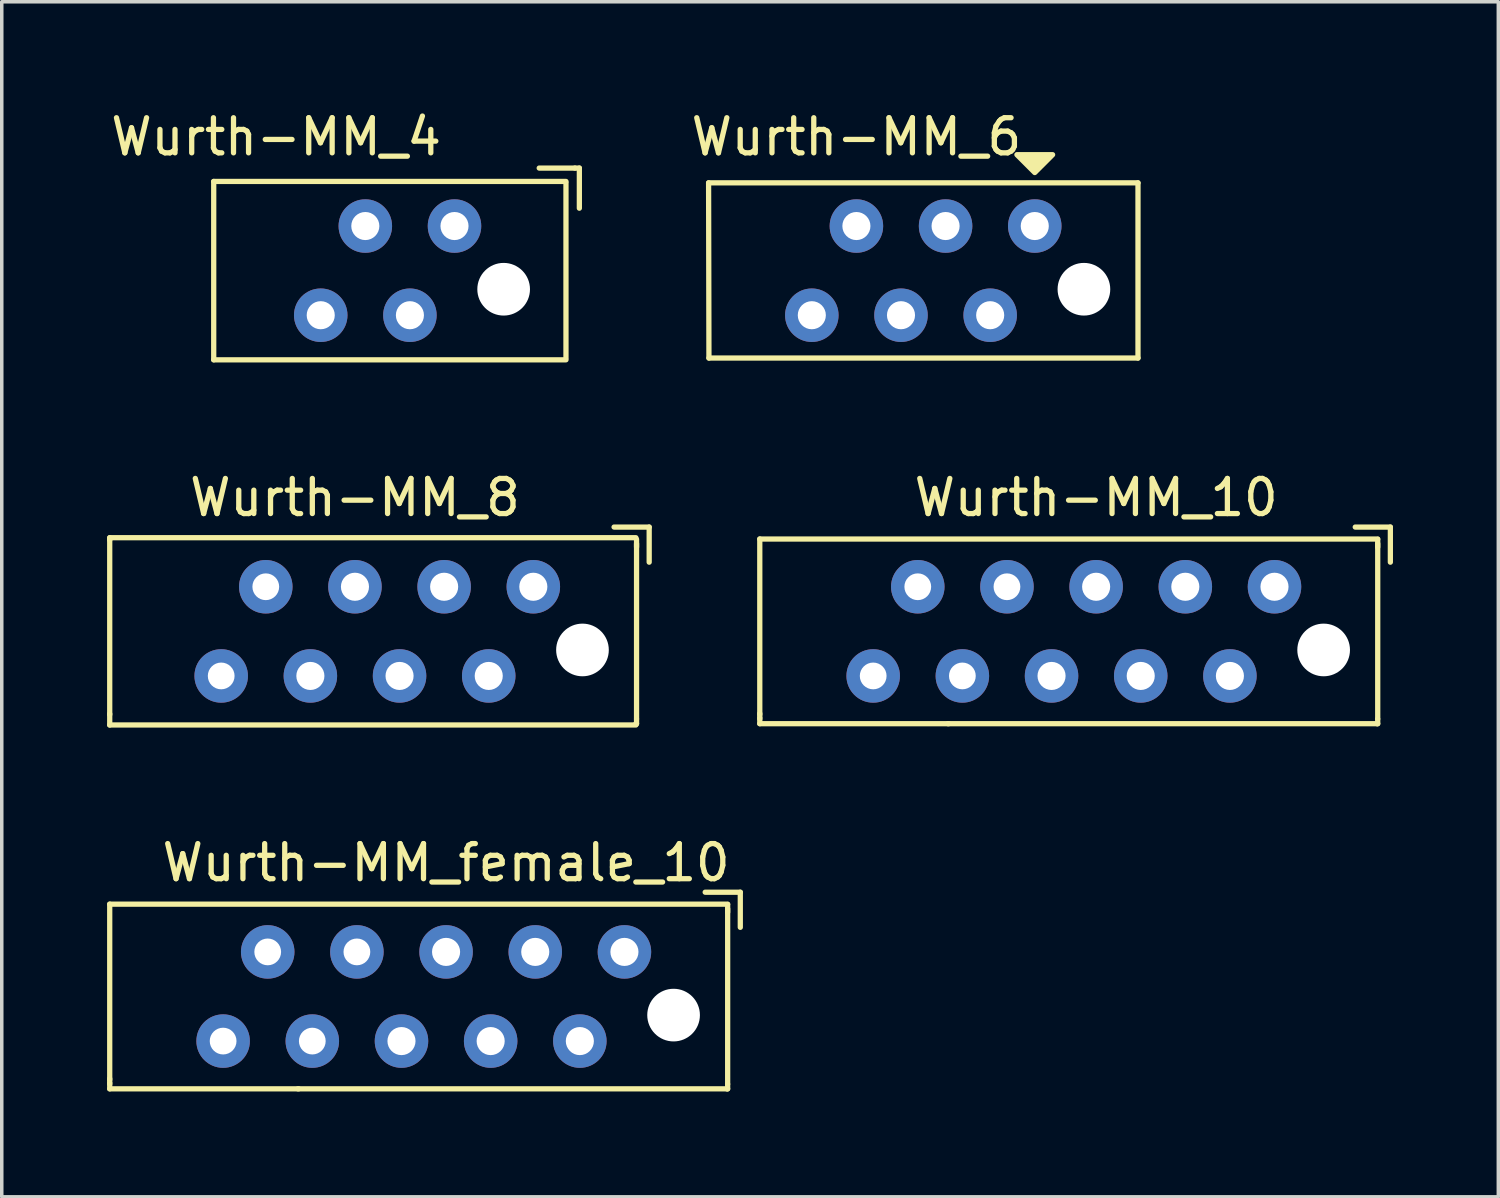
<source format=kicad_pcb>
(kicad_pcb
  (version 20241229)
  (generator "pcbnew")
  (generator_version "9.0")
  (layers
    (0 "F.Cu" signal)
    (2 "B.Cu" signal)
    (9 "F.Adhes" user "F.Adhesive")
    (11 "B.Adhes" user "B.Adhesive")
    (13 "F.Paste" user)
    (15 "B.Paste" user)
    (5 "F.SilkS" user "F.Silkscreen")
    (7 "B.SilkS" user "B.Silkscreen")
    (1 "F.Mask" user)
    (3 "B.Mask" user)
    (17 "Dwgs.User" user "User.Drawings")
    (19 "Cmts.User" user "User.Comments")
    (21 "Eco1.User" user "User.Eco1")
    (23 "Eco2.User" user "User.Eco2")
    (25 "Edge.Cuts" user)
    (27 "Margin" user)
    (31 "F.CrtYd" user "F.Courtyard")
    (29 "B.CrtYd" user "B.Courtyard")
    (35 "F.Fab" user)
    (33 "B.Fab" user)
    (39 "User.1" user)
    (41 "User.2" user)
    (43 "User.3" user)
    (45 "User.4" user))
  (footprint "Wurth-MM_female_10"
    (layer "F.Cu")
    (at 14.735 24.062)
    (property "Reference" "Wurth-MM_female_10" (at -5.08 -2.54 0) (layer "F.SilkS") (effects (font (size 1 1) (thickness 0.15))))
    (attr through_hole)
    (fp_line (start -14.66 -1.36) (end -14.66 3.64) (stroke (width 0.15) (type solid)) (layer "F.SilkS"))
    (fp_line (start -14.66 3.76) (end -14.66 3.61) (stroke (width 0.15) (type solid)) (layer "F.SilkS"))
    (fp_line (start -14.66 3.9) (end -14.66 3.73) (stroke (width 0.15) (type solid)) (layer "F.SilkS"))
    (fp_line (start -9.28 3.9) (end -14.66 3.9) (stroke (width 0.15) (type solid)) (layer "F.SilkS"))
    (fp_line (start 2.3 -1.7) (end 3.3 -1.7) (stroke (width 0.15) (type solid)) (layer "F.SilkS"))
    (fp_line (start 2.92 3.9) (end -9.3 3.9) (stroke (width 0.15) (type solid)) (layer "F.SilkS"))
    (fp_line (start 2.94 -1.36) (end -14.66 -1.36) (stroke (width 0.15) (type solid)) (layer "F.SilkS"))
    (fp_line (start 2.94 -1.23) (end 2.94 3.76) (stroke (width 0.15) (type solid)) (layer "F.SilkS"))
    (fp_line (start 2.94 -1.13) (end 2.94 -1.35) (stroke (width 0.15) (type solid)) (layer "F.SilkS"))
    (fp_line (start 2.94 3.9) (end 2.92 3.9) (stroke (width 0.15) (type solid)) (layer "F.SilkS"))
    (fp_line (start 2.94 3.9) (end 2.94 3.77) (stroke (width 0.15) (type solid)) (layer "F.SilkS"))
    (fp_line (start 3.3 -1.7) (end 3.3 -0.7) (stroke (width 0.15) (type solid)) (layer "F.SilkS"))
    (pad "" np_thru_hole circle (at 1.4 1.8) (size 1.5 1.5) (drill 1.5) (layers "*.Cu" "*.Mask"))
    (pad "1" thru_hole circle (at 0 0) (size 1.524 1.524) (drill 0.8) (layers "*.Cu" "*.Mask"))
    (pad "2" thru_hole circle (at -1.27 2.54) (size 1.524 1.524) (drill 0.8) (layers "*.Cu" "*.Mask"))
    (pad "3" thru_hole circle (at -2.54 0) (size 1.524 1.524) (drill 0.8) (layers "*.Cu" "*.Mask"))
    (pad "4" thru_hole circle (at -3.81 2.54) (size 1.524 1.524) (drill 0.8) (layers "*.Cu" "*.Mask"))
    (pad "5" thru_hole circle (at -5.08 0) (size 1.524 1.524) (drill 0.8) (layers "*.Cu" "*.Mask"))
    (pad "6" thru_hole circle (at -6.35 2.54) (size 1.524 1.524) (drill 0.8) (layers "*.Cu" "*.Mask"))
    (pad "7" thru_hole circle (at -7.62 0) (size 1.524 1.524) (drill 0.762) (layers "*.Cu" "*.Mask"))
    (pad "8" thru_hole circle (at -8.89 2.54) (size 1.524 1.524) (drill 0.762) (layers "*.Cu" "*.Mask"))
    (pad "9" thru_hole circle (at -10.16 0) (size 1.524 1.524) (drill 0.762) (layers "*.Cu" "*.Mask"))
    (pad "10" thru_hole circle (at -11.43 2.54) (size 1.524 1.524) (drill 0.762) (layers "*.Cu" "*.Mask")))
  (footprint "Wurth-MM_8"
    (layer "F.Cu")
    (at 12.14 13.662)
    (property "Reference" "Wurth-MM_8" (at -5.08 -2.54 0) (layer "F.SilkS") (effects (font (size 1 1) (thickness 0.15))))
    (attr through_hole)
    (fp_line (start -12.065 -1.397) (end 2.921 -1.397) (stroke (width 0.15) (type solid)) (layer "F.SilkS"))
    (fp_line (start -12.065 -1.36) (end -12.065 3.64) (stroke (width 0.15) (type solid)) (layer "F.SilkS"))
    (fp_line (start -12.065 -1.333) (end -12.065 -1.397) (stroke (width 0.15) (type solid)) (layer "F.SilkS"))
    (fp_line (start -12.065 3.619) (end -12.065 3.937) (stroke (width 0.15) (type solid)) (layer "F.SilkS"))
    (fp_line (start -12.065 3.937) (end 2.921 3.937) (stroke (width 0.15) (type solid)) (layer "F.SilkS"))
    (fp_line (start 2.3 -1.7) (end 3.3 -1.7) (stroke (width 0.15) (type solid)) (layer "F.SilkS"))
    (fp_line (start 2.94 -1.23) (end 2.94 3.76) (stroke (width 0.15) (type solid)) (layer "F.SilkS"))
    (fp_line (start 2.94 -1.13) (end 2.94 -1.35) (stroke (width 0.15) (type solid)) (layer "F.SilkS"))
    (fp_line (start 2.94 3.9) (end 2.92 3.9) (stroke (width 0.15) (type solid)) (layer "F.SilkS"))
    (fp_line (start 2.94 3.9) (end 2.94 3.77) (stroke (width 0.15) (type solid)) (layer "F.SilkS"))
    (fp_line (start 3.3 -1.7) (end 3.3 -0.7) (stroke (width 0.15) (type solid)) (layer "F.SilkS"))
    (pad "" np_thru_hole circle (at 1.4 1.8) (size 1.5 1.5) (drill 1.5) (layers "*.Cu" "*.Mask"))
    (pad "1" thru_hole circle (at 0 0) (size 1.524 1.524) (drill 0.8) (layers "*.Cu" "*.Mask"))
    (pad "2" thru_hole circle (at -1.27 2.54) (size 1.524 1.524) (drill 0.8) (layers "*.Cu" "*.Mask"))
    (pad "3" thru_hole circle (at -2.54 0) (size 1.524 1.524) (drill 0.8) (layers "*.Cu" "*.Mask"))
    (pad "4" thru_hole circle (at -3.81 2.54) (size 1.524 1.524) (drill 0.8) (layers "*.Cu" "*.Mask"))
    (pad "5" thru_hole circle (at -5.08 0) (size 1.524 1.524) (drill 0.8) (layers "*.Cu" "*.Mask"))
    (pad "6" thru_hole circle (at -6.35 2.54) (size 1.524 1.524) (drill 0.8) (layers "*.Cu" "*.Mask"))
    (pad "7" thru_hole circle (at -7.62 0) (size 1.524 1.524) (drill 0.762) (layers "*.Cu" "*.Mask"))
    (pad "8" thru_hole circle (at -8.89 2.54) (size 1.524 1.524) (drill 0.762) (layers "*.Cu" "*.Mask")))
  (footprint "Wurth-MM_4"
    (layer "F.Cu")
    (at 9.895 3.388)
    (property "Reference" "Wurth-MM_4" (at -5.08 -2.54 0) (layer "F.SilkS") (effects (font (size 1 1) (thickness 0.15))))
    (attr through_hole)
    (fp_line (start -6.858 3.81) (end -6.858 -1.27) (stroke (width 0.15) (type solid)) (layer "F.SilkS"))
    (fp_line (start -6.858 3.81) (end 3.175 3.81) (stroke (width 0.15) (type solid)) (layer "F.SilkS"))
    (fp_line (start 2.413 -1.651) (end 3.429 -1.651) (stroke (width 0.15) (type solid)) (layer "F.SilkS"))
    (fp_line (start 3.175 -1.27) (end -6.858 -1.27) (stroke (width 0.15) (type solid)) (layer "F.SilkS"))
    (fp_line (start 3.175 -1.23) (end 3.175 3.76) (stroke (width 0.15) (type solid)) (layer "F.SilkS"))
    (fp_line (start 3.429 -1.651) (end 3.556 -1.651) (stroke (width 0.15) (type solid)) (layer "F.SilkS"))
    (fp_line (start 3.556 -1.651) (end 3.556 -0.508) (stroke (width 0.15) (type solid)) (layer "F.SilkS"))
    (pad "" np_thru_hole circle (at 1.4 1.8) (size 1.5 1.5) (drill 1.5) (layers "*.Cu" "*.Mask"))
    (pad "1" thru_hole circle (at 0 0) (size 1.524 1.524) (drill 0.8) (layers "*.Cu" "*.Mask"))
    (pad "2" thru_hole circle (at -1.27 2.54) (size 1.524 1.524) (drill 0.8) (layers "*.Cu" "*.Mask"))
    (pad "3" thru_hole circle (at -2.54 0) (size 1.524 1.524) (drill 0.8) (layers "*.Cu" "*.Mask"))
    (pad "4" thru_hole circle (at -3.81 2.54) (size 1.524 1.524) (drill 0.8) (layers "*.Cu" "*.Mask")))
  (footprint "Wurth-MM_6"
    (layer "F.Cu")
    (at 26.422 3.388)
    (property "Reference" "Wurth-MM_6" (at -5.08 -2.54 0) (layer "F.SilkS") (effects (font (size 1 1) (thickness 0.15))))
    (attr through_hole)
    (fp_line (start -9.28 3.76) (end -9.29 -1.23) (stroke (width 0.15) (type solid)) (layer "F.SilkS"))
    (fp_line (start 2.94 -1.23) (end -9.29 -1.23) (stroke (width 0.15) (type solid)) (layer "F.SilkS"))
    (fp_line (start 2.94 -1.23) (end 2.94 3.76) (stroke (width 0.15) (type solid)) (layer "F.SilkS"))
    (fp_line (start 2.94 3.76) (end -9.28 3.76) (stroke (width 0.15) (type solid)) (layer "F.SilkS"))
    (fp_poly (pts (xy 0 -1.524) (xy -0.508 -2.032) (xy 0.508 -2.032)) (stroke (width 0.15) (type solid)) (fill yes) (layer "F.SilkS"))
    (pad "" np_thru_hole circle (at 1.4 1.8) (size 1.5 1.5) (drill 1.5) (layers "*.Cu" "*.Mask"))
    (pad "1" thru_hole circle (at 0 0) (size 1.524 1.524) (drill 0.8) (layers "*.Cu" "*.Mask"))
    (pad "2" thru_hole circle (at -1.27 2.54) (size 1.524 1.524) (drill 0.8) (layers "*.Cu" "*.Mask"))
    (pad "3" thru_hole circle (at -2.54 0) (size 1.524 1.524) (drill 0.8) (layers "*.Cu" "*.Mask"))
    (pad "4" thru_hole circle (at -3.81 2.54) (size 1.524 1.524) (drill 0.8) (layers "*.Cu" "*.Mask"))
    (pad "5" thru_hole circle (at -5.08 0) (size 1.524 1.524) (drill 0.8) (layers "*.Cu" "*.Mask"))
    (pad "6" thru_hole circle (at -6.35 2.54) (size 1.524 1.524) (drill 0.8) (layers "*.Cu" "*.Mask")))
  (footprint "Wurth-MM_10"
    (layer "F.Cu")
    (at 33.25 13.662)
    (property "Reference" "Wurth-MM_10" (at -5.08 -2.54 0) (layer "F.SilkS") (effects (font (size 1 1) (thickness 0.15))))
    (attr through_hole)
    (fp_line (start -14.66 -1.36) (end -14.66 3.64) (stroke (width 0.15) (type solid)) (layer "F.SilkS"))
    (fp_line (start -14.66 3.76) (end -14.66 3.61) (stroke (width 0.15) (type solid)) (layer "F.SilkS"))
    (fp_line (start -14.66 3.9) (end -14.66 3.73) (stroke (width 0.15) (type solid)) (layer "F.SilkS"))
    (fp_line (start -9.28 3.9) (end -14.66 3.9) (stroke (width 0.15) (type solid)) (layer "F.SilkS"))
    (fp_line (start 2.3 -1.7) (end 3.3 -1.7) (stroke (width 0.15) (type solid)) (layer "F.SilkS"))
    (fp_line (start 2.92 3.9) (end -9.3 3.9) (stroke (width 0.15) (type solid)) (layer "F.SilkS"))
    (fp_line (start 2.94 -1.36) (end -14.66 -1.36) (stroke (width 0.15) (type solid)) (layer "F.SilkS"))
    (fp_line (start 2.94 -1.23) (end 2.94 3.76) (stroke (width 0.15) (type solid)) (layer "F.SilkS"))
    (fp_line (start 2.94 -1.13) (end 2.94 -1.35) (stroke (width 0.15) (type solid)) (layer "F.SilkS"))
    (fp_line (start 2.94 3.9) (end 2.92 3.9) (stroke (width 0.15) (type solid)) (layer "F.SilkS"))
    (fp_line (start 2.94 3.9) (end 2.94 3.77) (stroke (width 0.15) (type solid)) (layer "F.SilkS"))
    (fp_line (start 3.3 -1.7) (end 3.3 -0.7) (stroke (width 0.15) (type solid)) (layer "F.SilkS"))
    (pad "" np_thru_hole circle (at 1.4 1.8) (size 1.5 1.5) (drill 1.5) (layers "*.Cu" "*.Mask"))
    (pad "1" thru_hole circle (at 0 0) (size 1.524 1.524) (drill 0.8) (layers "*.Cu" "*.Mask"))
    (pad "2" thru_hole circle (at -1.27 2.54) (size 1.524 1.524) (drill 0.8) (layers "*.Cu" "*.Mask"))
    (pad "3" thru_hole circle (at -2.54 0) (size 1.524 1.524) (drill 0.8) (layers "*.Cu" "*.Mask"))
    (pad "4" thru_hole circle (at -3.81 2.54) (size 1.524 1.524) (drill 0.8) (layers "*.Cu" "*.Mask"))
    (pad "5" thru_hole circle (at -5.08 0) (size 1.524 1.524) (drill 0.8) (layers "*.Cu" "*.Mask"))
    (pad "6" thru_hole circle (at -6.35 2.54) (size 1.524 1.524) (drill 0.8) (layers "*.Cu" "*.Mask"))
    (pad "7" thru_hole circle (at -7.62 0) (size 1.524 1.524) (drill 0.762) (layers "*.Cu" "*.Mask"))
    (pad "8" thru_hole circle (at -8.89 2.54) (size 1.524 1.524) (drill 0.762) (layers "*.Cu" "*.Mask"))
    (pad "9" thru_hole circle (at -10.16 0) (size 1.524 1.524) (drill 0.762) (layers "*.Cu" "*.Mask"))
    (pad "10" thru_hole circle (at -11.43 2.54) (size 1.524 1.524) (drill 0.762) (layers "*.Cu" "*.Mask")))
  (gr_rect
    (start -3 -3)
    (end 39.625 31.037)
    (stroke (width 0.1) (type default))
    (fill no)
    (layer "Edge.Cuts")))
</source>
